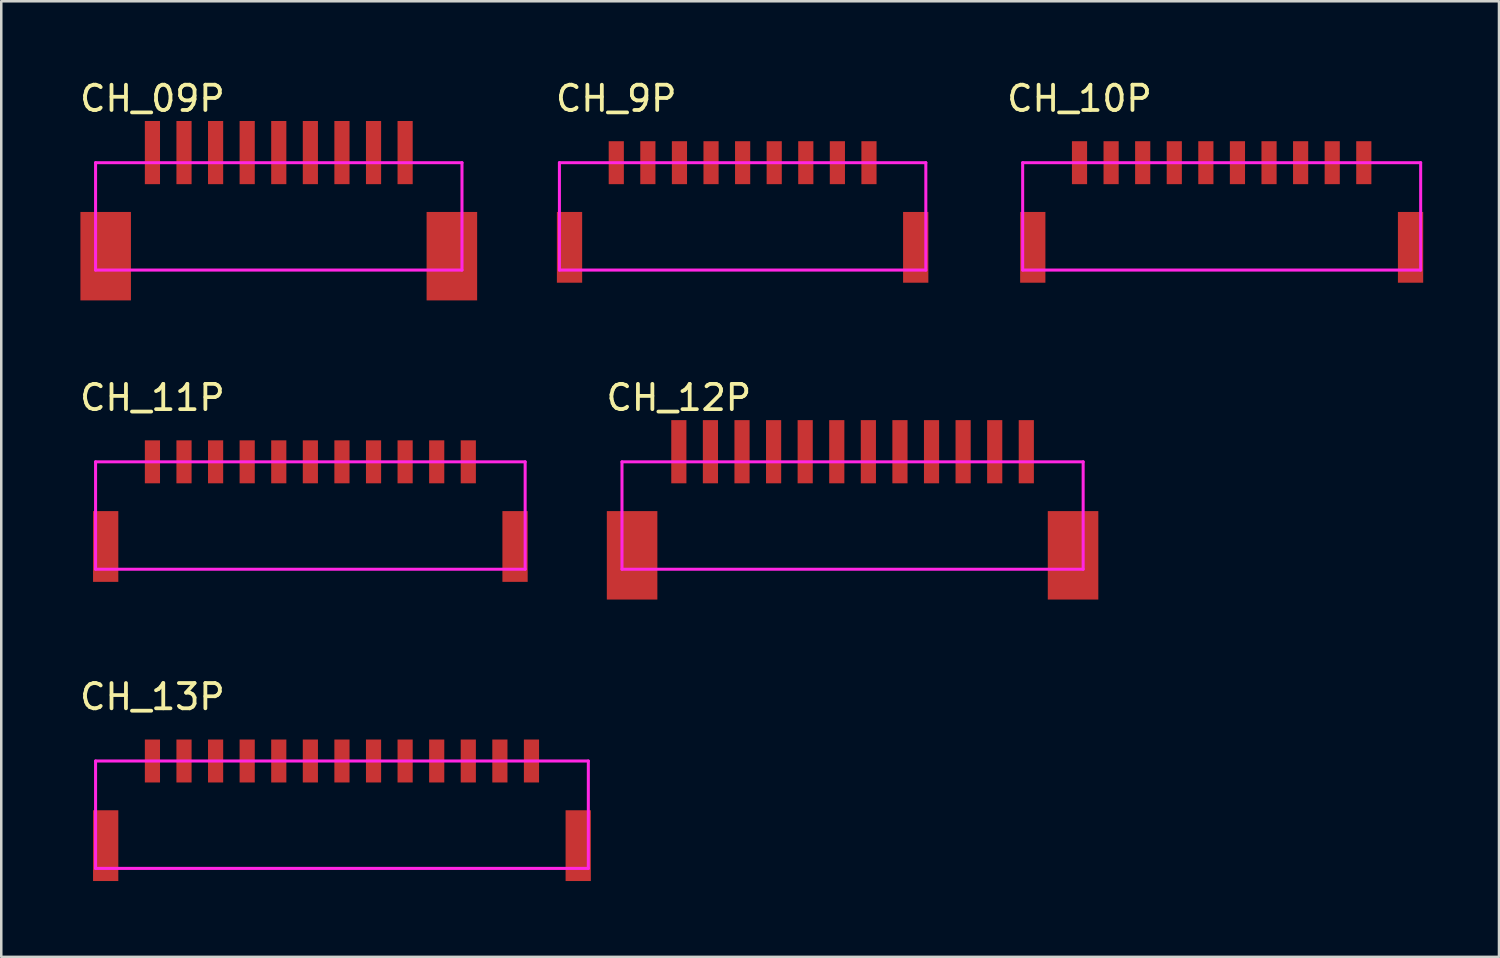
<source format=kicad_pcb>
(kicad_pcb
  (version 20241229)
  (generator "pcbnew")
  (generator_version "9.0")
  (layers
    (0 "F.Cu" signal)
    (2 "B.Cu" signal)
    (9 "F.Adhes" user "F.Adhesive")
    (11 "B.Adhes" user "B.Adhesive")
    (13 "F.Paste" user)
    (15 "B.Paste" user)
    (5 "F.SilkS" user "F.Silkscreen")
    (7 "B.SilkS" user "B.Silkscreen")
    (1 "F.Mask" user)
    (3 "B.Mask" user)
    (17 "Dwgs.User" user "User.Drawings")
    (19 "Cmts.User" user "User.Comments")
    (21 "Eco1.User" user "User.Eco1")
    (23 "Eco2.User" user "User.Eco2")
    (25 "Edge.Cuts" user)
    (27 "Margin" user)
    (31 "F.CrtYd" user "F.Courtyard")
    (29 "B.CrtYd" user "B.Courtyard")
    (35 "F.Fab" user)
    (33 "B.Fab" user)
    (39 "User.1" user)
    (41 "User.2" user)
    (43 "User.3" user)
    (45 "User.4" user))
  (footprint "CH_09P"
    (layer "F.Cu")
    (at 2.982 3.388)
    (property "Reference" "CH_09P" (at 0 -2.54 0) (layer "F.SilkS") (effects (font (size 1 1) (thickness 0.15))))
    (attr through_hole)
    (fp_line (start -2.25 0) (end -2.25 4.25) (stroke (width 0.12) (type solid)) (layer "F.CrtYd"))
    (fp_line (start -2.25 0) (end 12.25 0) (stroke (width 0.12) (type solid)) (layer "F.CrtYd"))
    (fp_line (start 12.25 0) (end 12.25 4.25) (stroke (width 0.12) (type solid)) (layer "F.CrtYd"))
    (fp_line (start 12.25 4.25) (end -2.25 4.25) (stroke (width 0.12) (type solid)) (layer "F.CrtYd"))
    (pad "0" connect rect (at -1.85 3.7) (size 2 3.5) (layers "F.Cu" "F.Mask"))
    (pad "0" connect rect (at 11.85 3.7) (size 2 3.5) (layers "F.Cu" "F.Mask"))
    (pad "1" connect rect (at 0 -0.4) (size 0.6 2.5) (layers "F.Cu" "F.Mask"))
    (pad "2" connect rect (at 1.25 -0.4) (size 0.6 2.5) (layers "F.Cu" "F.Mask"))
    (pad "3" connect rect (at 2.5 -0.4) (size 0.6 2.5) (layers "F.Cu" "F.Mask"))
    (pad "4" connect rect (at 3.75 -0.4) (size 0.6 2.5) (layers "F.Cu" "F.Mask"))
    (pad "5" connect rect (at 5 -0.4) (size 0.6 2.5) (layers "F.Cu" "F.Mask"))
    (pad "6" connect rect (at 6.25 -0.4) (size 0.6 2.5) (layers "F.Cu" "F.Mask"))
    (pad "7" connect rect (at 7.5 -0.4) (size 0.6 2.5) (layers "F.Cu" "F.Mask"))
    (pad "8" connect rect (at 8.75 -0.4) (size 0.6 2.5) (layers "F.Cu" "F.Mask"))
    (pad "9" connect rect (at 10 -0.4) (size 0.6 2.5) (layers "F.Cu" "F.Mask")))
  (footprint "CH_13P"
    (layer "F.Cu")
    (at 2.982 27.065)
    (property "Reference" "CH_13P" (at 0 -2.54 0) (layer "F.SilkS") (effects (font (size 1 1) (thickness 0.15))))
    (attr through_hole)
    (fp_line (start -2.25 0) (end -2.25 4.25) (stroke (width 0.12) (type solid)) (layer "F.CrtYd"))
    (fp_line (start -2.25 0) (end 17.25 0) (stroke (width 0.12) (type solid)) (layer "F.CrtYd"))
    (fp_line (start 17.25 0) (end 17.25 4.25) (stroke (width 0.12) (type solid)) (layer "F.CrtYd"))
    (fp_line (start 17.25 4.25) (end -2.25 4.25) (stroke (width 0.12) (type solid)) (layer "F.CrtYd"))
    (pad "0" connect rect (at -1.85 3.35) (size 1 2.8) (layers "F.Cu" "F.Mask"))
    (pad "0" connect rect (at 16.85 3.35) (size 1 2.8) (layers "F.Cu" "F.Mask"))
    (pad "1" connect rect (at 0 0) (size 0.6 1.7) (layers "F.Cu" "F.Mask"))
    (pad "2" connect rect (at 1.25 0) (size 0.6 1.7) (layers "F.Cu" "F.Mask"))
    (pad "3" connect rect (at 2.5 0) (size 0.6 1.7) (layers "F.Cu" "F.Mask"))
    (pad "4" connect rect (at 3.75 0) (size 0.6 1.7) (layers "F.Cu" "F.Mask"))
    (pad "5" connect rect (at 5 0) (size 0.6 1.7) (layers "F.Cu" "F.Mask"))
    (pad "6" connect rect (at 6.25 0) (size 0.6 1.7) (layers "F.Cu" "F.Mask"))
    (pad "7" connect rect (at 7.5 0) (size 0.6 1.7) (layers "F.Cu" "F.Mask"))
    (pad "8" connect rect (at 8.75 0) (size 0.6 1.7) (layers "F.Cu" "F.Mask"))
    (pad "9" connect rect (at 10 0) (size 0.6 1.7) (layers "F.Cu" "F.Mask"))
    (pad "10" connect rect (at 11.25 0) (size 0.6 1.7) (layers "F.Cu" "F.Mask"))
    (pad "11" connect rect (at 12.5 0) (size 0.6 1.7) (layers "F.Cu" "F.Mask"))
    (pad "12" connect rect (at 13.75 0) (size 0.6 1.7) (layers "F.Cu" "F.Mask"))
    (pad "13" connect rect (at 15 0) (size 0.6 1.7) (layers "F.Cu" "F.Mask")))
  (footprint "CH_12P"
    (layer "F.Cu")
    (at 23.814 15.226)
    (property "Reference" "CH_12P" (at 0 -2.54 0) (layer "F.SilkS") (effects (font (size 1 1) (thickness 0.15))))
    (attr through_hole)
    (fp_line (start -2.25 0) (end -2.25 4.25) (stroke (width 0.12) (type solid)) (layer "F.CrtYd"))
    (fp_line (start -2.25 0) (end 16 0) (stroke (width 0.12) (type solid)) (layer "F.CrtYd"))
    (fp_line (start 16 0) (end 16 4.25) (stroke (width 0.12) (type solid)) (layer "F.CrtYd"))
    (fp_line (start 16 4.25) (end -2.25 4.25) (stroke (width 0.12) (type solid)) (layer "F.CrtYd"))
    (pad "0" connect rect (at -1.85 3.7) (size 2 3.5) (layers "F.Cu" "F.Mask"))
    (pad "0" connect rect (at 15.6 3.7) (size 2 3.5) (layers "F.Cu" "F.Mask"))
    (pad "1" connect rect (at 0 -0.4) (size 0.6 2.5) (layers "F.Cu" "F.Mask"))
    (pad "2" connect rect (at 1.25 -0.4) (size 0.6 2.5) (layers "F.Cu" "F.Mask"))
    (pad "3" connect rect (at 2.5 -0.4) (size 0.6 2.5) (layers "F.Cu" "F.Mask"))
    (pad "4" connect rect (at 3.75 -0.4) (size 0.6 2.5) (layers "F.Cu" "F.Mask"))
    (pad "5" connect rect (at 5 -0.4) (size 0.6 2.5) (layers "F.Cu" "F.Mask"))
    (pad "6" connect rect (at 6.25 -0.4) (size 0.6 2.5) (layers "F.Cu" "F.Mask"))
    (pad "7" connect rect (at 7.5 -0.4) (size 0.6 2.5) (layers "F.Cu" "F.Mask"))
    (pad "8" connect rect (at 8.75 -0.4) (size 0.6 2.5) (layers "F.Cu" "F.Mask"))
    (pad "9" connect rect (at 10 -0.4) (size 0.6 2.5) (layers "F.Cu" "F.Mask"))
    (pad "10" connect rect (at 11.25 -0.4) (size 0.6 2.5) (layers "F.Cu" "F.Mask"))
    (pad "11" connect rect (at 12.5 -0.4) (size 0.6 2.5) (layers "F.Cu" "F.Mask"))
    (pad "12" connect rect (at 13.75 -0.4) (size 0.6 2.5) (layers "F.Cu" "F.Mask")))
  (footprint "CH_9P"
    (layer "F.Cu")
    (at 21.338 3.388)
    (property "Reference" "CH_9P" (at 0 -2.54 0) (layer "F.SilkS") (effects (font (size 1 1) (thickness 0.15))))
    (attr through_hole)
    (fp_line (start -2.25 0) (end -2.25 4.25) (stroke (width 0.12) (type solid)) (layer "F.CrtYd"))
    (fp_line (start -2.25 0) (end 12.25 0) (stroke (width 0.12) (type solid)) (layer "F.CrtYd"))
    (fp_line (start 12.25 0) (end 12.25 4.25) (stroke (width 0.12) (type solid)) (layer "F.CrtYd"))
    (fp_line (start 12.25 4.25) (end -2.25 4.25) (stroke (width 0.12) (type solid)) (layer "F.CrtYd"))
    (pad "0" connect rect (at -1.85 3.35) (size 1 2.8) (layers "F.Cu" "F.Mask"))
    (pad "0" connect rect (at 11.85 3.35) (size 1 2.8) (layers "F.Cu" "F.Mask"))
    (pad "1" connect rect (at 0 0) (size 0.6 1.7) (layers "F.Cu" "F.Mask"))
    (pad "2" connect rect (at 1.25 0) (size 0.6 1.7) (layers "F.Cu" "F.Mask"))
    (pad "3" connect rect (at 2.5 0) (size 0.6 1.7) (layers "F.Cu" "F.Mask"))
    (pad "4" connect rect (at 3.75 0) (size 0.6 1.7) (layers "F.Cu" "F.Mask"))
    (pad "5" connect rect (at 5 0) (size 0.6 1.7) (layers "F.Cu" "F.Mask"))
    (pad "6" connect rect (at 6.25 0) (size 0.6 1.7) (layers "F.Cu" "F.Mask"))
    (pad "7" connect rect (at 7.5 0) (size 0.6 1.7) (layers "F.Cu" "F.Mask"))
    (pad "8" connect rect (at 8.75 0) (size 0.6 1.7) (layers "F.Cu" "F.Mask"))
    (pad "9" connect rect (at 10 0) (size 0.6 1.7) (layers "F.Cu" "F.Mask")))
  (footprint "CH_11P"
    (layer "F.Cu")
    (at 2.982 15.226)
    (property "Reference" "CH_11P" (at 0 -2.54 0) (layer "F.SilkS") (effects (font (size 1 1) (thickness 0.15))))
    (attr through_hole)
    (fp_line (start -2.25 0) (end -2.25 4.25) (stroke (width 0.12) (type solid)) (layer "F.CrtYd"))
    (fp_line (start -2.25 0) (end 14.75 0) (stroke (width 0.12) (type solid)) (layer "F.CrtYd"))
    (fp_line (start 14.75 0) (end 14.75 4.25) (stroke (width 0.12) (type solid)) (layer "F.CrtYd"))
    (fp_line (start 14.75 4.25) (end -2.25 4.25) (stroke (width 0.12) (type solid)) (layer "F.CrtYd"))
    (pad "0" connect rect (at -1.85 3.35) (size 1 2.8) (layers "F.Cu" "F.Mask"))
    (pad "0" connect rect (at 14.35 3.35) (size 1 2.8) (layers "F.Cu" "F.Mask"))
    (pad "1" connect rect (at 0 0) (size 0.6 1.7) (layers "F.Cu" "F.Mask"))
    (pad "2" connect rect (at 1.25 0) (size 0.6 1.7) (layers "F.Cu" "F.Mask"))
    (pad "3" connect rect (at 2.5 0) (size 0.6 1.7) (layers "F.Cu" "F.Mask"))
    (pad "4" connect rect (at 3.75 0) (size 0.6 1.7) (layers "F.Cu" "F.Mask"))
    (pad "5" connect rect (at 5 0) (size 0.6 1.7) (layers "F.Cu" "F.Mask"))
    (pad "6" connect rect (at 6.25 0) (size 0.6 1.7) (layers "F.Cu" "F.Mask"))
    (pad "7" connect rect (at 7.5 0) (size 0.6 1.7) (layers "F.Cu" "F.Mask"))
    (pad "8" connect rect (at 8.75 0) (size 0.6 1.7) (layers "F.Cu" "F.Mask"))
    (pad "9" connect rect (at 10 0) (size 0.6 1.7) (layers "F.Cu" "F.Mask"))
    (pad "10" connect rect (at 11.25 0) (size 0.6 1.7) (layers "F.Cu" "F.Mask"))
    (pad "11" connect rect (at 12.5 0) (size 0.6 1.7) (layers "F.Cu" "F.Mask")))
  (footprint "CH_10P"
    (layer "F.Cu")
    (at 39.67 3.388)
    (property "Reference" "CH_10P" (at 0 -2.54 0) (layer "F.SilkS") (effects (font (size 1 1) (thickness 0.15))))
    (attr through_hole)
    (fp_line (start -2.25 0) (end -2.25 4.25) (stroke (width 0.12) (type solid)) (layer "F.CrtYd"))
    (fp_line (start -2.25 0) (end 13.5 0) (stroke (width 0.12) (type solid)) (layer "F.CrtYd"))
    (fp_line (start 13.5 0) (end 13.5 4.25) (stroke (width 0.12) (type solid)) (layer "F.CrtYd"))
    (fp_line (start 13.5 4.25) (end -2.25 4.25) (stroke (width 0.12) (type solid)) (layer "F.CrtYd"))
    (pad "0" connect rect (at -1.85 3.35) (size 1 2.8) (layers "F.Cu" "F.Mask"))
    (pad "0" connect rect (at 13.1 3.35) (size 1 2.8) (layers "F.Cu" "F.Mask"))
    (pad "1" connect rect (at 0 0) (size 0.6 1.7) (layers "F.Cu" "F.Mask"))
    (pad "2" connect rect (at 1.25 0) (size 0.6 1.7) (layers "F.Cu" "F.Mask"))
    (pad "3" connect rect (at 2.5 0) (size 0.6 1.7) (layers "F.Cu" "F.Mask"))
    (pad "4" connect rect (at 3.75 0) (size 0.6 1.7) (layers "F.Cu" "F.Mask"))
    (pad "5" connect rect (at 5 0) (size 0.6 1.7) (layers "F.Cu" "F.Mask"))
    (pad "6" connect rect (at 6.25 0) (size 0.6 1.7) (layers "F.Cu" "F.Mask"))
    (pad "7" connect rect (at 7.5 0) (size 0.6 1.7) (layers "F.Cu" "F.Mask"))
    (pad "8" connect rect (at 8.75 0) (size 0.6 1.7) (layers "F.Cu" "F.Mask"))
    (pad "9" connect rect (at 10 0) (size 0.6 1.7) (layers "F.Cu" "F.Mask"))
    (pad "10" connect rect (at 11.25 0) (size 0.6 1.7) (layers "F.Cu" "F.Mask")))
  (gr_rect
    (start -3 -3)
    (end 56.27 34.815)
    (stroke (width 0.1) (type default))
    (fill no)
    (layer "Edge.Cuts")))
</source>
